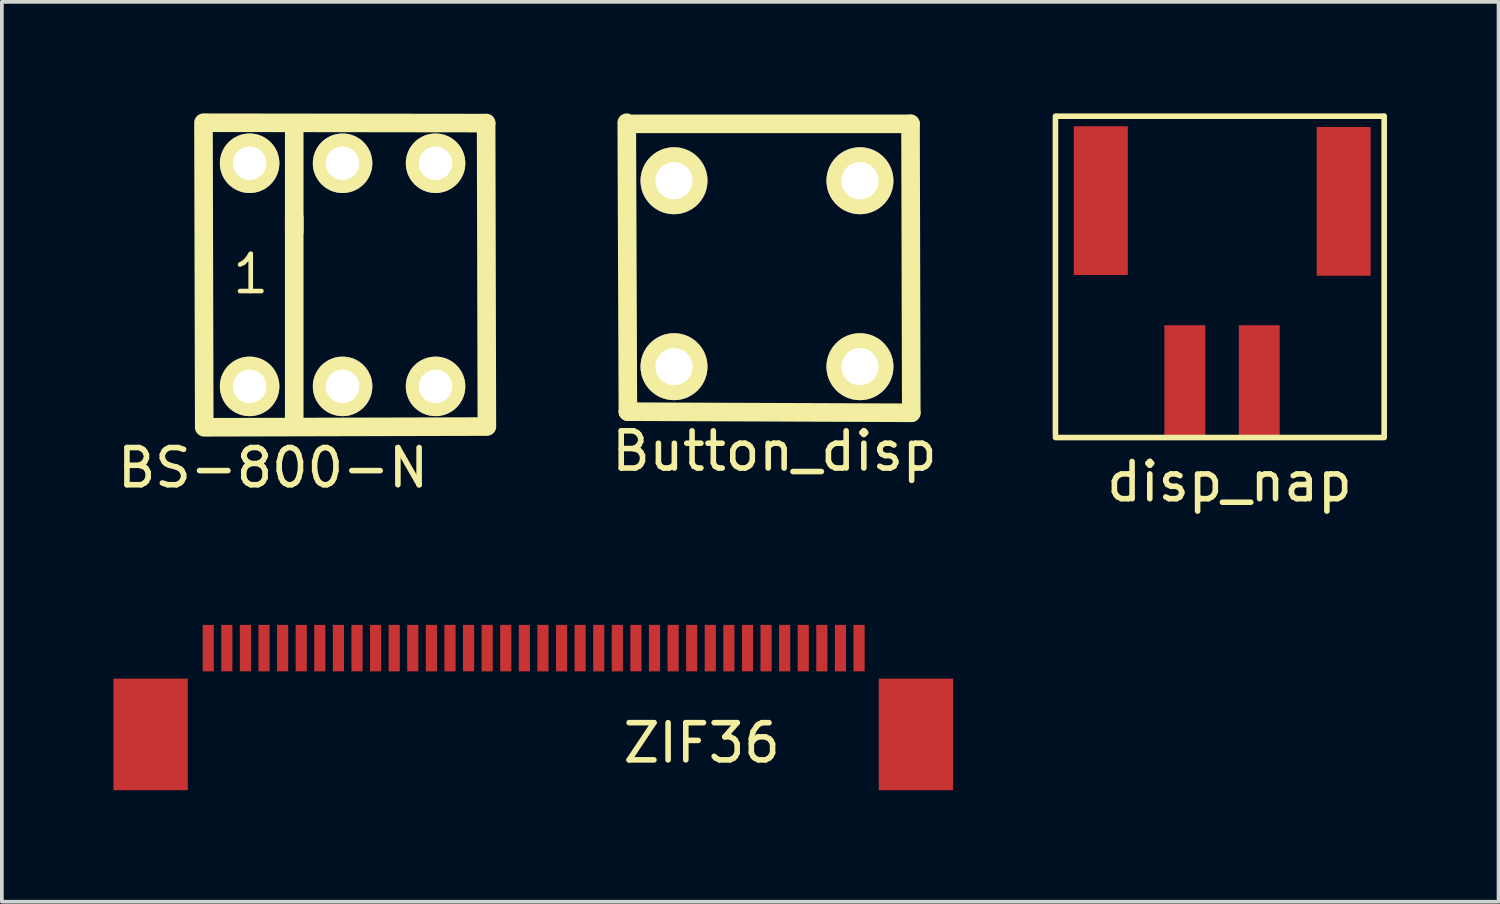
<source format=kicad_pcb>
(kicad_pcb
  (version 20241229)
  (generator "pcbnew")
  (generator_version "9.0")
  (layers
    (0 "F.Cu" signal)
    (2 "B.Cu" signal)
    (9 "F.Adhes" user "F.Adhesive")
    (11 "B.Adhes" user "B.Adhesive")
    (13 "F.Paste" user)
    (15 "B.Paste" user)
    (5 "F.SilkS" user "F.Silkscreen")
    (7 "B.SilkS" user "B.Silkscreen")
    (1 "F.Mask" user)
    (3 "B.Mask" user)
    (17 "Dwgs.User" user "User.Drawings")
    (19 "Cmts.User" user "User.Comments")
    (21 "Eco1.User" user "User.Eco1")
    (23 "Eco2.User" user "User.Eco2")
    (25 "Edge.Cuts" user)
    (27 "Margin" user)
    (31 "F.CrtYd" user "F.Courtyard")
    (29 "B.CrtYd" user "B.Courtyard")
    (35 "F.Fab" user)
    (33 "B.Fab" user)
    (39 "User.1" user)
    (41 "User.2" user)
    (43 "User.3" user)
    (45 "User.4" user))
  (footprint "ZIF36"
    (layer "F.Cu")
    (at 11.55 14.478)
    (property "Reference" "ZIF36" (at 4.27 2.45 0) (layer "F.SilkS") (effects (font (size 1 1) (thickness 0.15))))
    (attr through_hole)
    (pad "1" smd rect (at 8.5 -0.1) (size 0.3 1.25) (layers "F.Cu" "F.Mask" "F.Paste"))
    (pad "2" smd rect (at 8 -0.1) (size 0.3 1.25) (layers "F.Cu" "F.Mask" "F.Paste"))
    (pad "3" smd rect (at 7.5 -0.1) (size 0.3 1.25) (layers "F.Cu" "F.Mask" "F.Paste"))
    (pad "4" smd rect (at 7 -0.1) (size 0.3 1.25) (layers "F.Cu" "F.Mask" "F.Paste"))
    (pad "5" smd rect (at 6.5 -0.1) (size 0.3 1.25) (layers "F.Cu" "F.Mask" "F.Paste"))
    (pad "6" smd rect (at 6 -0.1) (size 0.3 1.25) (layers "F.Cu" "F.Mask" "F.Paste"))
    (pad "7" smd rect (at 5.5 -0.1) (size 0.3 1.25) (layers "F.Cu" "F.Mask" "F.Paste"))
    (pad "8" smd rect (at 5 -0.1) (size 0.3 1.25) (layers "F.Cu" "F.Mask" "F.Paste"))
    (pad "9" smd rect (at 4.5 -0.1) (size 0.3 1.25) (layers "F.Cu" "F.Mask" "F.Paste"))
    (pad "10" smd rect (at 4 -0.1) (size 0.3 1.25) (layers "F.Cu" "F.Mask" "F.Paste"))
    (pad "11" smd rect (at 3.5 -0.1) (size 0.3 1.25) (layers "F.Cu" "F.Mask" "F.Paste"))
    (pad "12" smd rect (at 3 -0.1) (size 0.3 1.25) (layers "F.Cu" "F.Mask" "F.Paste"))
    (pad "13" smd rect (at 2.5 -0.1) (size 0.3 1.25) (layers "F.Cu" "F.Mask" "F.Paste"))
    (pad "14" smd rect (at 2 -0.1) (size 0.3 1.25) (layers "F.Cu" "F.Mask" "F.Paste"))
    (pad "15" smd rect (at 1.5 -0.1) (size 0.3 1.25) (layers "F.Cu" "F.Mask" "F.Paste"))
    (pad "16" smd rect (at 1 -0.1) (size 0.3 1.25) (layers "F.Cu" "F.Mask" "F.Paste"))
    (pad "17" smd rect (at 0.5 -0.1) (size 0.3 1.25) (layers "F.Cu" "F.Mask" "F.Paste"))
    (pad "18" smd rect (at 0 -0.1) (size 0.3 1.25) (layers "F.Cu" "F.Mask" "F.Paste"))
    (pad "19" smd rect (at -0.5 -0.1) (size 0.3 1.25) (layers "F.Cu" "F.Mask" "F.Paste"))
    (pad "20" smd rect (at -1 -0.1) (size 0.3 1.25) (layers "F.Cu" "F.Mask" "F.Paste"))
    (pad "21" smd rect (at -1.5 -0.1) (size 0.3 1.25) (layers "F.Cu" "F.Mask" "F.Paste"))
    (pad "22" smd rect (at -2 -0.1) (size 0.3 1.25) (layers "F.Cu" "F.Mask" "F.Paste"))
    (pad "23" smd rect (at -2.5 -0.1) (size 0.3 1.25) (layers "F.Cu" "F.Mask" "F.Paste"))
    (pad "24" smd rect (at -3 -0.1) (size 0.3 1.25) (layers "F.Cu" "F.Mask" "F.Paste"))
    (pad "25" smd rect (at -3.5 -0.1) (size 0.3 1.25) (layers "F.Cu" "F.Mask" "F.Paste"))
    (pad "26" smd rect (at -4 -0.1) (size 0.3 1.25) (layers "F.Cu" "F.Mask" "F.Paste"))
    (pad "27" smd rect (at -4.5 -0.1) (size 0.3 1.25) (layers "F.Cu" "F.Mask" "F.Paste"))
    (pad "28" smd rect (at -5 -0.1) (size 0.3 1.25) (layers "F.Cu" "F.Mask" "F.Paste"))
    (pad "29" smd rect (at -5.5 -0.1) (size 0.3 1.25) (layers "F.Cu" "F.Mask" "F.Paste"))
    (pad "30" smd rect (at -6 -0.1) (size 0.3 1.25) (layers "F.Cu" "F.Mask" "F.Paste"))
    (pad "31" smd rect (at -6.5 -0.1) (size 0.3 1.25) (layers "F.Cu" "F.Mask" "F.Paste"))
    (pad "32" smd rect (at -7 -0.1) (size 0.3 1.25) (layers "F.Cu" "F.Mask" "F.Paste"))
    (pad "33" smd rect (at -7.5 -0.1) (size 0.3 1.25) (layers "F.Cu" "F.Mask" "F.Paste"))
    (pad "34" smd rect (at -8 -0.1) (size 0.3 1.25) (layers "F.Cu" "F.Mask" "F.Paste"))
    (pad "35" smd rect (at -8.5 -0.1) (size 0.3 1.25) (layers "F.Cu" "F.Mask" "F.Paste"))
    (pad "36" smd rect (at -9 -0.1) (size 0.3 1.25) (layers "F.Cu" "F.Mask" "F.Paste"))
    (pad "x" smd rect (at -10.55 2.22) (size 2 3) (layers "F.Cu" "F.Mask" "F.Paste"))
    (pad "x" smd rect (at 10.03 2.22) (size 2 3) (layers "F.Cu" "F.Mask" "F.Paste")))
  (footprint "disp_nap"
    (layer "F.Cu")
    (at 29.811 7.195)
    (property "Reference" "disp_nap" (at 0.2 2.71 0) (layer "F.SilkS") (effects (font (size 1 1) (thickness 0.15))))
    (attr through_hole)
    (fp_line (start -4.48 -7.12) (end -4.48 1.45) (stroke (width 0.15) (type solid)) (layer "F.SilkS"))
    (fp_line (start -4.45 -7.12) (end 4.36 -7.12) (stroke (width 0.15) (type solid)) (layer "F.SilkS"))
    (fp_line (start 4.36 -7.12) (end 4.36 1.49) (stroke (width 0.15) (type solid)) (layer "F.SilkS"))
    (fp_line (start 4.36 1.52) (end -4.48 1.52) (stroke (width 0.15) (type solid)) (layer "F.SilkS"))
    (pad "1" smd rect (at -1 0) (size 1.1 3) (layers "F.Cu" "F.Mask" "F.Paste"))
    (pad "2" smd rect (at 1 0) (size 1.1 3) (layers "F.Cu" "F.Mask" "F.Paste"))
    (pad "x" smd rect (at -3.26 -4.85) (size 1.45 4) (layers "F.Cu" "F.Mask" "F.Paste"))
    (pad "x" smd rect (at 3.27 -4.83) (size 1.45 4) (layers "F.Cu" "F.Mask" "F.Paste")))
  (footprint "Button_disp"
    (layer "F.Cu")
    (at 17.574 4.31)
    (property "Reference" "Button_disp" (at 0.2 4.77 0) (layer "F.SilkS") (effects (font (size 1 1) (thickness 0.15))))
    (attr through_hole)
    (fp_line (start -3.74 3.71) (end -3.77 -4.06) (stroke (width 0.5) (type solid)) (layer "F.SilkS"))
    (fp_line (start -3.58 -4.03) (end 3.86 -4.03) (stroke (width 0.5) (type solid)) (layer "F.SilkS"))
    (fp_line (start 3.86 -4.03) (end 3.88 3.74) (stroke (width 0.5) (type solid)) (layer "F.SilkS"))
    (fp_line (start 3.88 3.74) (end -3.74 3.71) (stroke (width 0.5) (type solid)) (layer "F.SilkS"))
    (pad "1" thru_hole circle (at -2.5 -2.5) (size 1.8 1.8) (drill 1) (layers "*.Cu" "*.Mask" "F.SilkS"))
    (pad "2" thru_hole circle (at 2.5 -2.5) (size 1.8 1.8) (drill 1) (layers "*.Cu" "*.Mask" "F.SilkS"))
    (pad "3" thru_hole circle (at -2.5 2.5) (size 1.8 1.8) (drill 1) (layers "*.Cu" "*.Mask" "F.SilkS"))
    (pad "4" thru_hole circle (at 2.5 2.5) (size 1.8 1.8) (drill 1) (layers "*.Cu" "*.Mask" "F.SilkS")))
  (footprint "BS-800-N"
    (layer "F.Cu")
    (at 6.162 4.34)
    (property "Reference" "BS-800-N" (at -1.87 5.19 0) (layer "F.SilkS") (effects (font (size 1 1) (thickness 0.15))))
    (attr through_hole)
    (fp_line (start -3.74 -3.97) (end -3.72 4.07) (stroke (width 0.5) (type solid)) (layer "F.SilkS"))
    (fp_line (start -3.72 4.1) (end 3.88 4.08) (stroke (width 0.5) (type solid)) (layer "F.SilkS"))
    (fp_line (start -1.3 -1.54) (end -1.3 4.05) (stroke (width 0.5) (type solid)) (layer "F.SilkS"))
    (fp_line (start -1.3 -1.17) (end -1.3 -4.05) (stroke (width 0.5) (type solid)) (layer "F.SilkS"))
    (fp_line (start 3.86 -4.08) (end -3.74 -4.09) (stroke (width 0.5) (type solid)) (layer "F.SilkS"))
    (fp_line (start 3.88 4.05) (end 3.86 -4.08) (stroke (width 0.5) (type solid)) (layer "F.SilkS"))
    (fp_text user "1" (at -2.47 -0.02 0) (layer "F.SilkS") (effects (font (size 1 1) (thickness 0.125))))
    (pad "1" thru_hole circle (at -2.5 -3) (size 1.6 1.6) (drill 0.9) (layers "*.Cu" "*.Mask" "F.SilkS"))
    (pad "1" thru_hole circle (at -2.5 3) (size 1.6 1.6) (drill 0.9) (layers "*.Cu" "*.Mask" "F.SilkS"))
    (pad "2" thru_hole circle (at 0 -3) (size 1.6 1.6) (drill 0.9) (layers "*.Cu" "*.Mask" "F.SilkS"))
    (pad "2" thru_hole circle (at 0 3) (size 1.6 1.6) (drill 0.9) (layers "*.Cu" "*.Mask" "F.SilkS"))
    (pad "3" thru_hole circle (at 2.5 -3) (size 1.6 1.6) (drill 0.9) (layers "*.Cu" "*.Mask" "F.SilkS"))
    (pad "3" thru_hole circle (at 2.5 3) (size 1.6 1.6) (drill 0.9) (layers "*.Cu" "*.Mask" "F.SilkS")))
  (gr_rect
    (start -3 -3)
    (end 37.246 21.198)
    (stroke (width 0.1) (type default))
    (fill no)
    (layer "Edge.Cuts")))
</source>
